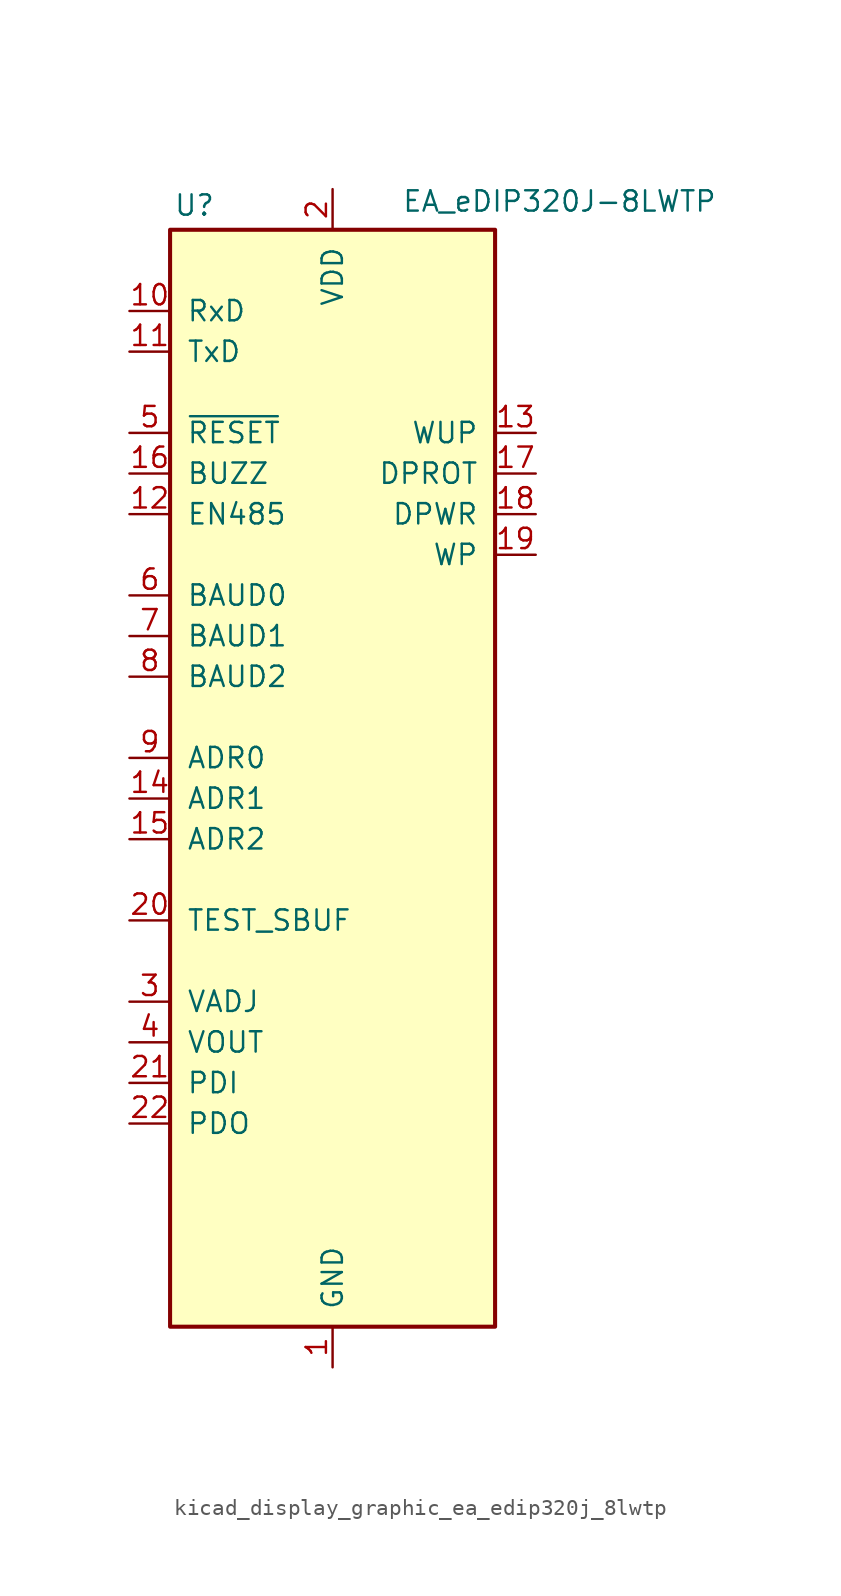
<source format=kicad_sym>
(kicad_symbol_lib
  (version 20220914)
  (generator kicad_symbol_editor)
  (symbol "kicad_display_graphic_ea_edip320j_8lwtp"
    (pin_names
      (offset 1.016))
    (property "Reference" "U"
      (at -8.636 29.464 0)
      (effects (font (size 1.27 1.27))))
    (property "Value" "EA_eDIP320J-8LWTP"
      (at 4.318 29.718 0)
      (effects (font (size 1.27 1.27)) (justify left)))
    (symbol "kicad_display_graphic_ea_edip320j_8lwtp_0_1"
      (rectangle (start -10.16 27.94) (end 10.16 -40.64) (stroke (width 0.254) (type default)) (fill (type background))))
    (symbol "kicad_display_graphic_ea_edip320j_8lwtp_1_1"
      (pin power_in line (at 0 -43.18 90) (length 2.54) (name "GND" (effects (font (size 1.27 1.27)))) (number "1" (effects (font (size 1.27 1.27)))))
      (pin input line (at -12.7 22.86 0) (length 2.54) (name "RxD" (effects (font (size 1.27 1.27)))) (number "10" (effects (font (size 1.27 1.27)))))
      (pin output line (at -12.7 20.32 0) (length 2.54) (name "TxD" (effects (font (size 1.27 1.27)))) (number "11" (effects (font (size 1.27 1.27)))))
      (pin output line (at -12.7 10.16 0) (length 2.54) (name "EN485" (effects (font (size 1.27 1.27)))) (number "12" (effects (font (size 1.27 1.27)))))
      (pin input line (at 12.7 15.24 180) (length 2.54) (name "WUP" (effects (font (size 1.27 1.27)))) (number "13" (effects (font (size 1.27 1.27)))))
      (pin input line (at -12.7 -7.62 0) (length 2.54) (name "ADR1" (effects (font (size 1.27 1.27)))) (number "14" (effects (font (size 1.27 1.27)))))
      (pin input line (at -12.7 -10.16 0) (length 2.54) (name "ADR2" (effects (font (size 1.27 1.27)))) (number "15" (effects (font (size 1.27 1.27)))))
      (pin output line (at -12.7 12.7 0) (length 2.54) (name "BUZZ" (effects (font (size 1.27 1.27)))) (number "16" (effects (font (size 1.27 1.27)))))
      (pin input line (at 12.7 12.7 180) (length 2.54) (name "DPROT" (effects (font (size 1.27 1.27)))) (number "17" (effects (font (size 1.27 1.27)))))
      (pin output line (at 12.7 10.16 180) (length 2.54) (name "DPWR" (effects (font (size 1.27 1.27)))) (number "18" (effects (font (size 1.27 1.27)))))
      (pin input line (at 12.7 7.62 180) (length 2.54) (name "WP" (effects (font (size 1.27 1.27)))) (number "19" (effects (font (size 1.27 1.27)))))
      (pin power_in line (at 0 30.48 270) (length 2.54) (name "VDD" (effects (font (size 1.27 1.27)))) (number "2" (effects (font (size 1.27 1.27)))))
      (pin open_collector line (at -12.7 -15.24 0) (length 2.54) (name "TEST_SBUF" (effects (font (size 1.27 1.27)))) (number "20" (effects (font (size 1.27 1.27)))))
      (pin input line (at -12.7 -25.4 0) (length 2.54) (name "PDI" (effects (font (size 1.27 1.27)))) (number "21" (effects (font (size 1.27 1.27)))))
      (pin output line (at -12.7 -27.94 0) (length 2.54) (name "PDO" (effects (font (size 1.27 1.27)))) (number "22" (effects (font (size 1.27 1.27)))))
      (pin no_connect line (at -10.16 -30.48 0) (length 2.54) hide (name "NC" (effects (font (size 1.27 1.27)))) (number "23" (effects (font (size 1.27 1.27)))))
      (pin no_connect line (at -10.16 -33.02 0) (length 2.54) hide (name "NC" (effects (font (size 1.27 1.27)))) (number "24" (effects (font (size 1.27 1.27)))))
      (pin no_connect line (at -10.16 -35.56 0) (length 2.54) hide (name "NC" (effects (font (size 1.27 1.27)))) (number "25" (effects (font (size 1.27 1.27)))))
      (pin no_connect line (at -10.16 -38.1 0) (length 2.54) hide (name "NC" (effects (font (size 1.27 1.27)))) (number "26" (effects (font (size 1.27 1.27)))))
      (pin no_connect line (at 10.16 25.4 180) (length 2.54) hide (name "NC" (effects (font (size 1.27 1.27)))) (number "27" (effects (font (size 1.27 1.27)))))
      (pin no_connect line (at 10.16 22.86 180) (length 2.54) hide (name "NC" (effects (font (size 1.27 1.27)))) (number "28" (effects (font (size 1.27 1.27)))))
      (pin no_connect line (at 10.16 20.32 180) (length 2.54) hide (name "NC" (effects (font (size 1.27 1.27)))) (number "29" (effects (font (size 1.27 1.27)))))
      (pin input line (at -12.7 -20.32 0) (length 2.54) (name "VADJ" (effects (font (size 1.27 1.27)))) (number "3" (effects (font (size 1.27 1.27)))))
      (pin no_connect line (at 10.16 17.78 180) (length 2.54) hide (name "NC" (effects (font (size 1.27 1.27)))) (number "30" (effects (font (size 1.27 1.27)))))
      (pin no_connect line (at 10.16 5.08 180) (length 2.54) hide (name "NC" (effects (font (size 1.27 1.27)))) (number "31" (effects (font (size 1.27 1.27)))))
      (pin no_connect line (at 10.16 2.54 180) (length 2.54) hide (name "NC" (effects (font (size 1.27 1.27)))) (number "32" (effects (font (size 1.27 1.27)))))
      (pin no_connect line (at 10.16 0 180) (length 2.54) hide (name "NC" (effects (font (size 1.27 1.27)))) (number "33" (effects (font (size 1.27 1.27)))))
      (pin no_connect line (at 10.16 -2.54 180) (length 2.54) hide (name "NC" (effects (font (size 1.27 1.27)))) (number "34" (effects (font (size 1.27 1.27)))))
      (pin no_connect line (at 10.16 -5.08 180) (length 2.54) hide (name "NC" (effects (font (size 1.27 1.27)))) (number "35" (effects (font (size 1.27 1.27)))))
      (pin no_connect line (at 10.16 -7.62 180) (length 2.54) hide (name "NC" (effects (font (size 1.27 1.27)))) (number "36" (effects (font (size 1.27 1.27)))))
      (pin no_connect line (at 10.16 -10.16 180) (length 2.54) hide (name "NC" (effects (font (size 1.27 1.27)))) (number "37" (effects (font (size 1.27 1.27)))))
      (pin no_connect line (at 10.16 -12.7 180) (length 2.54) hide (name "NC" (effects (font (size 1.27 1.27)))) (number "38" (effects (font (size 1.27 1.27)))))
      (pin no_connect line (at 10.16 -15.24 180) (length 2.54) hide (name "NC" (effects (font (size 1.27 1.27)))) (number "39" (effects (font (size 1.27 1.27)))))
      (pin output line (at -12.7 -22.86 0) (length 2.54) (name "VOUT" (effects (font (size 1.27 1.27)))) (number "4" (effects (font (size 1.27 1.27)))))
      (pin no_connect line (at 10.16 -17.78 180) (length 2.54) hide (name "NC" (effects (font (size 1.27 1.27)))) (number "40" (effects (font (size 1.27 1.27)))))
      (pin no_connect line (at 10.16 -20.32 180) (length 2.54) hide (name "NC" (effects (font (size 1.27 1.27)))) (number "41" (effects (font (size 1.27 1.27)))))
      (pin no_connect line (at 10.16 -22.86 180) (length 2.54) hide (name "NC" (effects (font (size 1.27 1.27)))) (number "42" (effects (font (size 1.27 1.27)))))
      (pin no_connect line (at 10.16 -25.4 180) (length 2.54) hide (name "NC" (effects (font (size 1.27 1.27)))) (number "43" (effects (font (size 1.27 1.27)))))
      (pin no_connect line (at 10.16 -27.94 180) (length 2.54) hide (name "NC" (effects (font (size 1.27 1.27)))) (number "44" (effects (font (size 1.27 1.27)))))
      (pin no_connect line (at 10.16 -30.48 180) (length 2.54) hide (name "NC" (effects (font (size 1.27 1.27)))) (number "45" (effects (font (size 1.27 1.27)))))
      (pin no_connect line (at 10.16 -33.02 180) (length 2.54) hide (name "NC" (effects (font (size 1.27 1.27)))) (number "46" (effects (font (size 1.27 1.27)))))
      (pin no_connect line (at 10.16 -35.56 180) (length 2.54) hide (name "NC" (effects (font (size 1.27 1.27)))) (number "47" (effects (font (size 1.27 1.27)))))
      (pin input line (at -12.7 15.24 0) (length 2.54) (name "~{RESET}" (effects (font (size 1.27 1.27)))) (number "5" (effects (font (size 1.27 1.27)))))
      (pin input line (at -12.7 5.08 0) (length 2.54) (name "BAUD0" (effects (font (size 1.27 1.27)))) (number "6" (effects (font (size 1.27 1.27)))))
      (pin input line (at -12.7 2.54 0) (length 2.54) (name "BAUD1" (effects (font (size 1.27 1.27)))) (number "7" (effects (font (size 1.27 1.27)))))
      (pin no_connect line (at 10.16 -38.1 180) (length 2.54) hide (name "NC" (effects (font (size 1.27 1.27)))) (number "78" (effects (font (size 1.27 1.27)))))
      (pin input line (at -12.7 0 0) (length 2.54) (name "BAUD2" (effects (font (size 1.27 1.27)))) (number "8" (effects (font (size 1.27 1.27)))))
      (pin input line (at -12.7 -5.08 0) (length 2.54) (name "ADR0" (effects (font (size 1.27 1.27)))) (number "9" (effects (font (size 1.27 1.27))))))))
</source>
